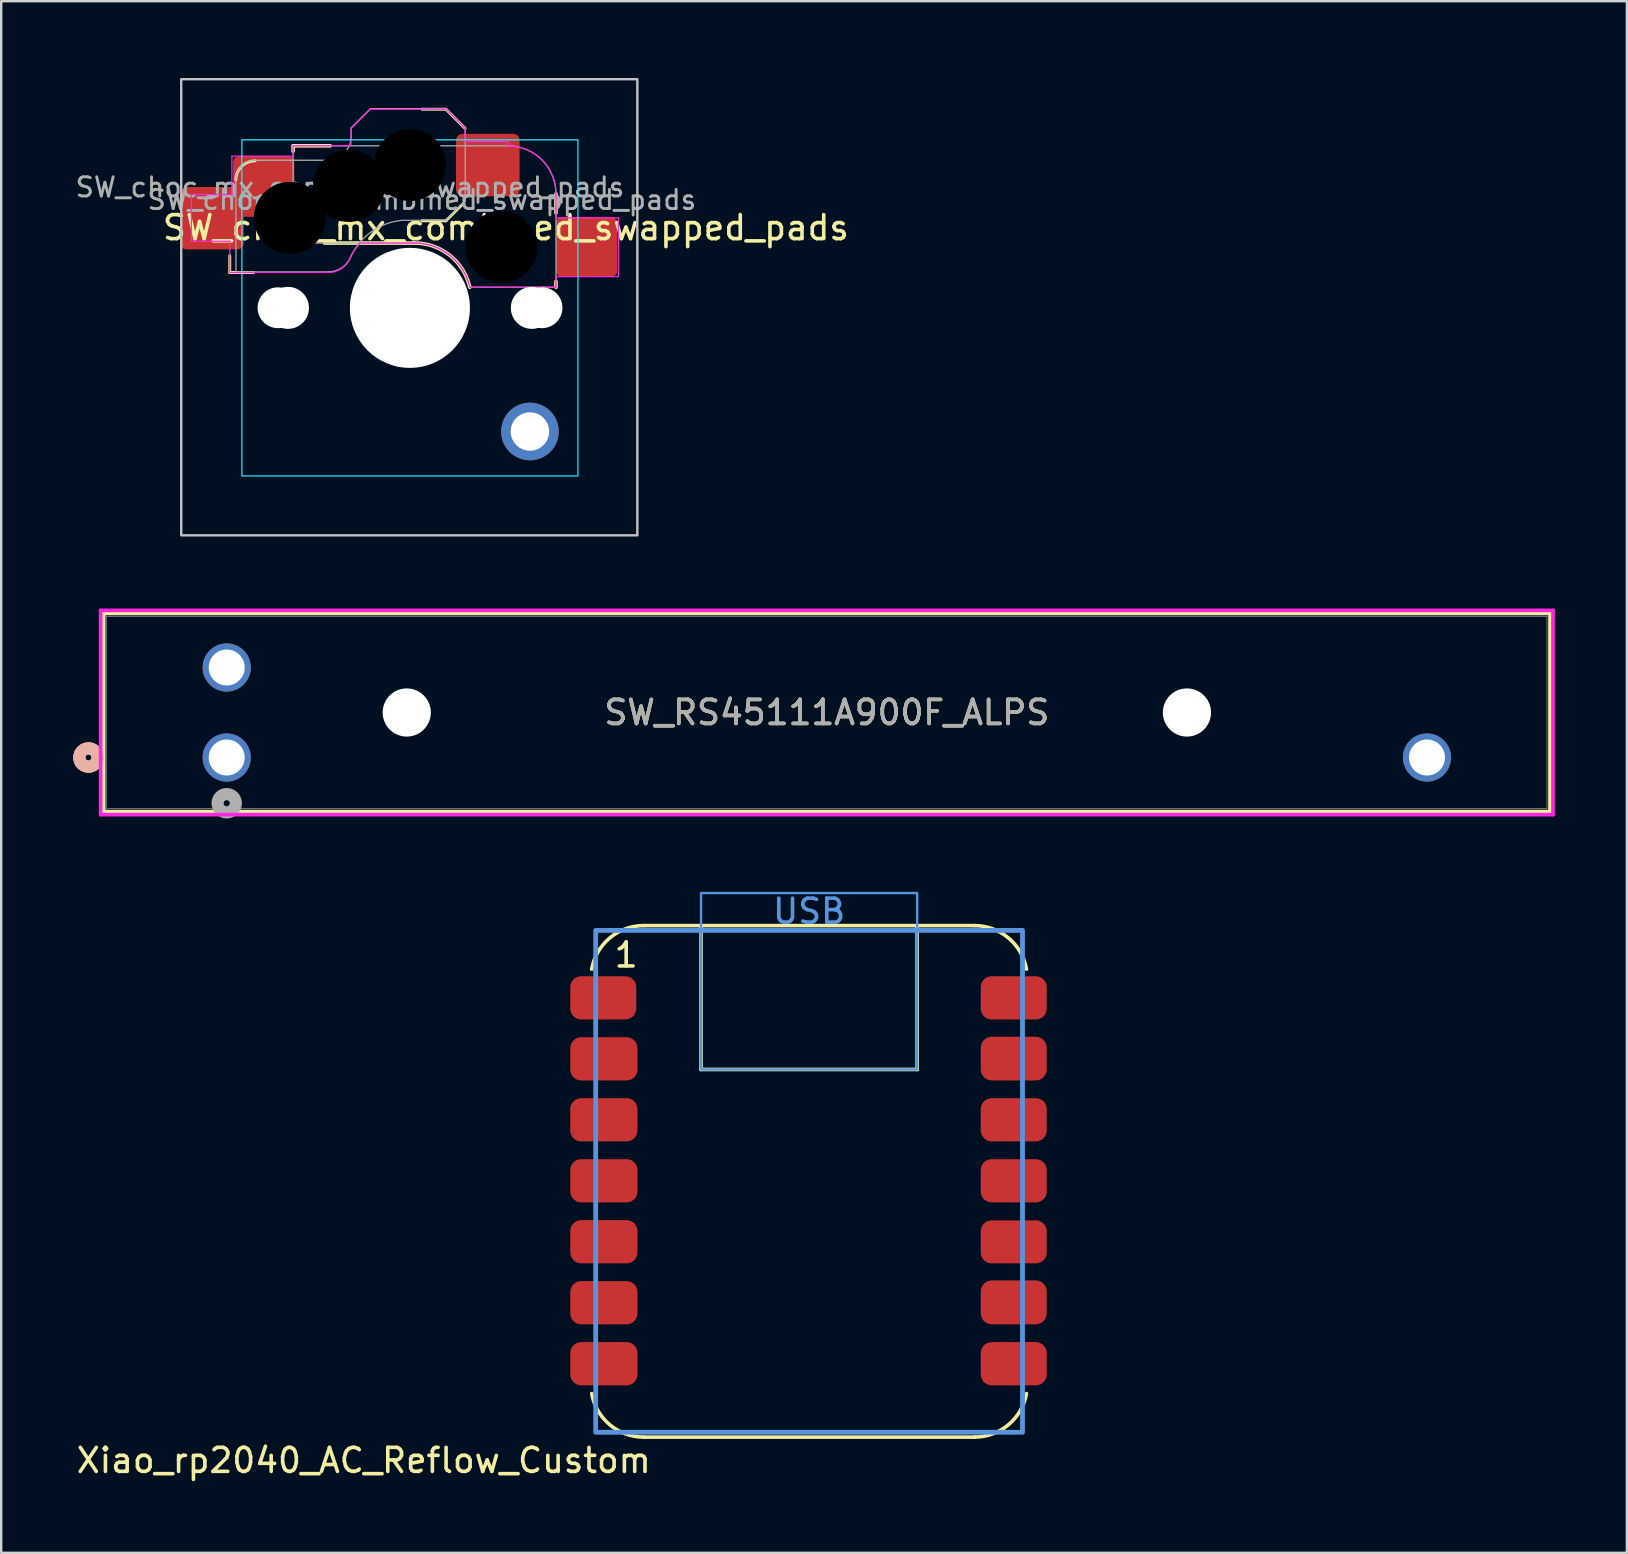
<source format=kicad_pcb>
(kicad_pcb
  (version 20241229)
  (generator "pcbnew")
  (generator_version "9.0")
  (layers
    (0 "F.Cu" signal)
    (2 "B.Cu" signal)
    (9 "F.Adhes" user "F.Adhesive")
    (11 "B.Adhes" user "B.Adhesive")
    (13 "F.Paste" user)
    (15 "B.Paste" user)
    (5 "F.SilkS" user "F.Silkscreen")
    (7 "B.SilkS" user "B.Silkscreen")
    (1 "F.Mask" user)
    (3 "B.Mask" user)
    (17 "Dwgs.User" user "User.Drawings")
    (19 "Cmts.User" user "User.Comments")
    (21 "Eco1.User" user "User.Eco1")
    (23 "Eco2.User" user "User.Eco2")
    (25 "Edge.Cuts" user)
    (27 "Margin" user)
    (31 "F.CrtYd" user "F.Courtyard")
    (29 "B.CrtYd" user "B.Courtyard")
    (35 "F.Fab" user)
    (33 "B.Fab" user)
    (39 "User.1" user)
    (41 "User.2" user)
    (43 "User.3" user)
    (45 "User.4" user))
  (footprint "SW_choc_mx_combined_swapped_pads"
    (layer "F.Cu")
    (at 4.5 0.25)
    (property "Reference" "SW_choc_mx_combined_swapped_pads" (at 13.525 6.185 0) (layer "F.SilkS") (effects (font (size 1 1) (thickness 0.15))))
    (attr smd)
    (fp_line (start 2.021 8.05) (end 2.021 7.35) (stroke (width 0.12) (type solid)) (layer "F.SilkS"))
    (fp_line (start 2.021 8.05) (end 3.021 8.05) (stroke (width 0.12) (type solid)) (layer "F.SilkS"))
    (fp_line (start 4.66 2.775) (end 4.66 3.005) (stroke (width 0.15) (type solid)) (layer "F.SilkS"))
    (fp_line (start 5.97 6.825) (end 9.725 6.825) (stroke (width 0.15) (type solid)) (layer "F.SilkS"))
    (fp_line (start 6.21 2.775) (end 4.66 2.775) (stroke (width 0.15) (type solid)) (layer "F.SilkS"))
    (fp_line (start 11.025 1.25) (end 10.025 1.25) (stroke (width 0.12) (type solid)) (layer "F.SilkS"))
    (fp_line (start 11.025 5.9) (end 10.025 5.9) (stroke (width 0.12) (type solid)) (layer "F.SilkS"))
    (fp_line (start 11.025 5.9) (end 11.743 5.182) (stroke (width 0.12) (type solid)) (layer "F.SilkS"))
    (fp_line (start 11.825 2.05) (end 11.025 1.25) (stroke (width 0.12) (type solid)) (layer "F.SilkS"))
    (fp_line (start 15.61 5.575) (end 15.61 4.775) (stroke (width 0.15) (type solid)) (layer "F.SilkS"))
    (fp_line (start 15.61 8.425) (end 15.61 8.665) (stroke (width 0.15) (type solid)) (layer "F.SilkS"))
    (fp_arc (start 2.275 4.2) (mid 2.509315 3.634315) (end 3.075 3.4) (stroke (width 0.12) (type solid)) (layer "F.SilkS"))
    (fp_arc (start 9.725 6.82478) (mid 11.195694 7.341362) (end 12.019322 8.66478) (stroke (width 0.15) (type solid)) (layer "F.SilkS"))
    (fp_rect (start 0 0) (end 19 19) (stroke (width 0.1) (type default)) (fill no) (layer "Dwgs.User"))
    (fp_line (start 2.525 3.025) (end 2.525 16.025) (stroke (width 0.05) (type solid)) (layer "Eco2.User"))
    (fp_line (start 2.575 15.975) (end 2.575 3.075) (stroke (width 0.05) (type solid)) (layer "Eco2.User"))
    (fp_line (start 3.025 16.525) (end 16.025 16.525) (stroke (width 0.05) (type solid)) (layer "Eco2.User"))
    (fp_line (start 3.075 2.575) (end 15.975 2.575) (stroke (width 0.05) (type solid)) (layer "Eco2.User"))
    (fp_line (start 15.975 16.475) (end 3.075 16.475) (stroke (width 0.05) (type solid)) (layer "Eco2.User"))
    (fp_line (start 16.025 2.525) (end 3.025 2.525) (stroke (width 0.05) (type solid)) (layer "Eco2.User"))
    (fp_line (start 16.475 3.075) (end 16.475 15.975) (stroke (width 0.05) (type solid)) (layer "Eco2.User"))
    (fp_line (start 16.525 16.025) (end 16.525 3.025) (stroke (width 0.05) (type solid)) (layer "Eco2.User"))
    (fp_arc (start 2.525 3.025) (mid 2.671447 2.671447) (end 3.025 2.525) (stroke (width 0.05) (type solid)) (layer "Eco2.User"))
    (fp_arc (start 2.575 3.075) (mid 2.721447 2.721447) (end 3.075 2.575) (stroke (width 0.05) (type solid)) (layer "Eco2.User"))
    (fp_arc (start 2.575 3.075) (mid 2.721447 2.721447) (end 3.075 2.575) (stroke (width 0.05) (type solid)) (layer "Eco2.User"))
    (fp_arc (start 3.027764 16.523884) (mid 2.674212 16.377436) (end 2.527764 16.023884) (stroke (width 0.05) (type solid)) (layer "Eco2.User"))
    (fp_arc (start 3.075 16.475) (mid 2.721447 16.328553) (end 2.575 15.975) (stroke (width 0.05) (type solid)) (layer "Eco2.User"))
    (fp_arc (start 15.975 2.575) (mid 16.328553 2.721447) (end 16.475 3.075) (stroke (width 0.05) (type solid)) (layer "Eco2.User"))
    (fp_arc (start 16.025 2.525) (mid 16.378553 2.671447) (end 16.525 3.025) (stroke (width 0.05) (type solid)) (layer "Eco2.User"))
    (fp_arc (start 16.475 15.975) (mid 16.328553 16.328553) (end 15.975 16.475) (stroke (width 0.05) (type solid)) (layer "Eco2.User"))
    (fp_arc (start 16.525 16.025) (mid 16.378553 16.378553) (end 16.025 16.525) (stroke (width 0.05) (type solid)) (layer "Eco2.User"))
    (fp_rect (start 16.525 16.525) (end 2.525 2.525) (stroke (width 0.05) (type default)) (fill no) (layer "B.CrtYd"))
    (fp_line (start 0.421 4.8) (end 0.421 6.75) (stroke (width 0.05) (type solid)) (layer "F.CrtYd"))
    (fp_line (start 0.421 6.75) (end 2.021 6.75) (stroke (width 0.05) (type solid)) (layer "F.CrtYd"))
    (fp_line (start 2.021 7.35) (end 2.021 6.75) (stroke (width 0.05) (type solid)) (layer "F.CrtYd"))
    (fp_line (start 2.021 8.05) (end 2.021 7.35) (stroke (width 0.05) (type solid)) (layer "F.CrtYd"))
    (fp_line (start 2.021 8.05) (end 6.125 8.05) (stroke (width 0.05) (type solid)) (layer "F.CrtYd"))
    (fp_line (start 2.11 4.8) (end 0.421 4.8) (stroke (width 0.05) (type solid)) (layer "F.CrtYd"))
    (fp_line (start 2.11 3.205) (end 4.66 3.205) (stroke (width 0.05) (type solid)) (layer "F.CrtYd"))
    (fp_line (start 2.11 4.8) (end 2.11 3.205) (stroke (width 0.05) (type solid)) (layer "F.CrtYd"))
    (fp_line (start 4.66 2.775) (end 4.66 3.205) (stroke (width 0.05) (type solid)) (layer "F.CrtYd"))
    (fp_line (start 7.07 2.77) (end 4.66 2.77) (stroke (width 0.05) (type solid)) (layer "F.CrtYd"))
    (fp_line (start 7.075 2.05) (end 7.07 2.77) (stroke (width 0.05) (type solid)) (layer "F.CrtYd"))
    (fp_line (start 7.075 2.05) (end 7.875 1.25) (stroke (width 0.05) (type solid)) (layer "F.CrtYd"))
    (fp_line (start 7.44 6.825) (end 9.725 6.825) (stroke (width 0.05) (type solid)) (layer "F.CrtYd"))
    (fp_line (start 11.025 1.25) (end 7.875 1.25) (stroke (width 0.05) (type solid)) (layer "F.CrtYd"))
    (fp_line (start 11.825 2.05) (end 11.025 1.25) (stroke (width 0.05) (type solid)) (layer "F.CrtYd"))
    (fp_line (start 11.825 2.05) (end 11.825 2.6) (stroke (width 0.05) (type solid)) (layer "F.CrtYd"))
    (fp_line (start 13.61 2.6) (end 11.825 2.6) (stroke (width 0.05) (type solid)) (layer "F.CrtYd"))
    (fp_line (start 13.61 2.775) (end 13.61 2.6) (stroke (width 0.05) (type solid)) (layer "F.CrtYd"))
    (fp_line (start 15.61 5.775) (end 15.61 4.775) (stroke (width 0.05) (type solid)) (layer "F.CrtYd"))
    (fp_line (start 15.61 5.775) (end 18.21 5.775) (stroke (width 0.05) (type solid)) (layer "F.CrtYd"))
    (fp_line (start 15.61 8.225) (end 15.61 8.665) (stroke (width 0.05) (type solid)) (layer "F.CrtYd"))
    (fp_line (start 15.61 8.665) (end 12.019 8.665) (stroke (width 0.05) (type solid)) (layer "F.CrtYd"))
    (fp_line (start 18.21 5.775) (end 18.21 8.225) (stroke (width 0.05) (type solid)) (layer "F.CrtYd"))
    (fp_line (start 18.21 8.225) (end 15.61 8.225) (stroke (width 0.05) (type solid)) (layer "F.CrtYd"))
    (fp_arc (start 7.064693 7.39202) (mid 6.698577 7.869152) (end 6.125 8.05) (stroke (width 0.05) (type solid)) (layer "F.CrtYd"))
    (fp_arc (start 7.064693 7.39202) (mid 7.232493 7.095264) (end 7.44 6.82478) (stroke (width 0.05) (type solid)) (layer "F.CrtYd"))
    (fp_arc (start 9.725 6.82478) (mid 11.195504 7.341599) (end 12.019322 8.66478) (stroke (width 0.05) (type solid)) (layer "F.CrtYd"))
    (fp_arc (start 13.610176 2.77478) (mid 15.024404 3.360552) (end 15.610176 4.77478) (stroke (width 0.05) (type solid)) (layer "F.CrtYd"))
    (fp_line (start 2.279 4.175) (end 2.279 8.025) (stroke (width 0.05) (type solid)) (layer "F.Fab"))
    (fp_line (start 2.279 8.025) (end 6.129 8.025) (stroke (width 0.05) (type solid)) (layer "F.Fab"))
    (fp_line (start 4.66 2.775) (end 4.66 6.825) (stroke (width 0.05) (type solid)) (layer "F.Fab"))
    (fp_line (start 4.66 6.825) (end 9.725 6.825) (stroke (width 0.05) (type solid)) (layer "F.Fab"))
    (fp_line (start 6.079 3.375) (end 3.079 3.375) (stroke (width 0.05) (type solid)) (layer "F.Fab"))
    (fp_line (start 7.079 2.025) (end 7.079 2.375) (stroke (width 0.05) (type solid)) (layer "F.Fab"))
    (fp_line (start 7.079 2.025) (end 7.879 1.225) (stroke (width 0.05) (type solid)) (layer "F.Fab"))
    (fp_line (start 11.029 1.225) (end 7.879 1.225) (stroke (width 0.05) (type solid)) (layer "F.Fab"))
    (fp_line (start 11.029 5.875) (end 9.229 5.875) (stroke (width 0.05) (type solid)) (layer "F.Fab"))
    (fp_line (start 11.029 5.875) (end 11.829 5.075) (stroke (width 0.05) (type solid)) (layer "F.Fab"))
    (fp_line (start 11.829 2.025) (end 11.029 1.225) (stroke (width 0.05) (type solid)) (layer "F.Fab"))
    (fp_line (start 11.829 2.025) (end 11.829 5.075) (stroke (width 0.05) (type solid)) (layer "F.Fab"))
    (fp_line (start 13.61 2.775) (end 4.66 2.775) (stroke (width 0.05) (type solid)) (layer "F.Fab"))
    (fp_line (start 15.61 8.665) (end 12.019 8.665) (stroke (width 0.05) (type solid)) (layer "F.Fab"))
    (fp_line (start 15.61 8.665) (end 15.61 4.775) (stroke (width 0.05) (type solid)) (layer "F.Fab"))
    (fp_arc (start 2.279 4.175) (mid 2.513315 3.609315) (end 3.079 3.375) (stroke (width 0.05) (type solid)) (layer "F.Fab"))
    (fp_arc (start 7.068693 7.36702) (mid 6.702577 7.844152) (end 6.129 8.025) (stroke (width 0.05) (type solid)) (layer "F.Fab"))
    (fp_arc (start 7.073556 7.36707) (mid 7.951729 6.332766) (end 9.229001 5.875001) (stroke (width 0.05) (type solid)) (layer "F.Fab"))
    (fp_arc (start 7.079 2.375) (mid 6.786107 3.082107) (end 6.079 3.375) (stroke (width 0.05) (type solid)) (layer "F.Fab"))
    (fp_arc (start 9.725 6.82478) (mid 11.195504 7.341599) (end 12.019322 8.66478) (stroke (width 0.05) (type solid)) (layer "F.Fab"))
    (fp_arc (start 13.610176 2.77478) (mid 15.024404 3.360552) (end 15.610176 4.77478) (stroke (width 0.05) (type solid)) (layer "F.Fab"))
    (fp_text user "${REFERENCE}" (at 10.025 5.025 0) (layer "F.Fab") (effects (font (size 0.8 0.8) (thickness 0.12))))
    (fp_text user "${REFERENCE}" (at 7.029 4.5 0) (layer "F.Fab") (effects (font (size 0.8 0.8) (thickness 0.12))))
    (pad "" np_thru_hole circle (at 4.03 9.52 180) (size 1.7 1.7) (drill 1.7) (layers "*.Cu" "*.Mask"))
    (pad "" np_thru_hole circle (at 4.445 9.525) (size 1.75 1.75) (drill 1.75) (layers "*.Cu" "*.Mask"))
    (pad "" np_thru_hole circle (at 4.525 5.775) (size 3.3 3.3) (drill 3) (layers "*.Mask"))
    (pad "" np_thru_hole circle (at 6.985 4.445) (size 3.3 3.3) (drill 3) (layers "*.Mask"))
    (pad "" np_thru_hole circle (at 9.525 3.575) (size 3.3 3.3) (drill 3) (layers "*.Mask"))
    (pad "" np_thru_hole circle (at 9.525 9.525 180) (size 5 5) (drill 5) (layers "*.Cu" "*.Mask"))
    (pad "" np_thru_hole circle (at 13.335 6.985) (size 3.3 3.3) (drill 3) (layers "*.Mask"))
    (pad "" np_thru_hole circle (at 14.605 9.525) (size 1.75 1.75) (drill 1.75) (layers "*.Cu" "*.Mask"))
    (pad "" np_thru_hole circle (at 15.03 9.52 180) (size 1.7 1.7) (drill 1.7) (layers "*.Cu" "*.Mask"))
    (pad "1" smd roundrect (at 12.77 3.575) (size 2.65 2.6) (layers "F.Cu" "F.Mask" "F.Paste") (roundrect_rratio 0.1))
    (pad "1" smd roundrect (at 16.885 6.985) (size 2.55 2.5) (layers "F.Cu" "F.Mask" "F.Paste") (roundrect_rratio 0.1))
    (pad "2" smd roundrect (at 1.28 5.79 180) (size 2.65 2.6) (layers "F.Cu" "F.Mask" "F.Paste") (roundrect_rratio 0.1))
    (pad "2" smd roundrect (at 3.435 4.463) (size 2.55 2.535) (layers "F.Cu" "F.Mask" "F.Paste") (roundrect_rratio 0.1))
    (pad "2" thru_hole circle (at 14.525 14.675 180) (size 2.4 2.4) (drill 1.6) (layers "*.Cu" "F.Mask")))
  (footprint "SW_RS45111A900F_ALPS"
    (layer "F.Cu")
    (at 6.394 28.506)
    (property "Reference" "SW_RS45111A900F_ALPS" (at 25 -1.875 0) (unlocked yes) (layer "F.SilkS") (effects (font (size 1 1) (thickness 0.15))))
    (attr through_hole)
    (fp_line (start -5.124 -6.003) (end -5.124 2.252) (stroke (width 0.152) (type solid)) (layer "F.SilkS"))
    (fp_line (start -5.124 2.252) (end 55.124 2.252) (stroke (width 0.152) (type solid)) (layer "F.SilkS"))
    (fp_line (start 55.124 -6.003) (end -5.124 -6.003) (stroke (width 0.152) (type solid)) (layer "F.SilkS"))
    (fp_line (start 55.124 2.252) (end 55.124 -6.003) (stroke (width 0.152) (type solid)) (layer "F.SilkS"))
    (fp_circle (center -5.759 0) (end -5.378 0) (stroke (width 0.508) (type solid)) (fill no) (layer "F.SilkS"))
    (fp_circle (center -5.759 0) (end -5.378 0) (stroke (width 0.508) (type solid)) (fill no) (layer "B.SilkS"))
    (fp_line (start -5.251 -6.13) (end -5.251 2.38) (stroke (width 0.152) (type solid)) (layer "F.CrtYd"))
    (fp_line (start -5.251 2.38) (end 55.251 2.38) (stroke (width 0.152) (type solid)) (layer "F.CrtYd"))
    (fp_line (start 55.251 -6.13) (end -5.251 -6.13) (stroke (width 0.152) (type solid)) (layer "F.CrtYd"))
    (fp_line (start 55.251 2.38) (end 55.251 -6.13) (stroke (width 0.152) (type solid)) (layer "F.CrtYd"))
    (fp_line (start -4.997 -5.875) (end -4.997 2.126) (stroke (width 0.025) (type solid)) (layer "F.Fab"))
    (fp_line (start -4.997 2.126) (end 54.997 2.126) (stroke (width 0.025) (type solid)) (layer "F.Fab"))
    (fp_line (start 54.997 -5.875) (end -4.997 -5.875) (stroke (width 0.025) (type solid)) (layer "F.Fab"))
    (fp_line (start 54.997 2.126) (end 54.997 -5.875) (stroke (width 0.025) (type solid)) (layer "F.Fab"))
    (fp_circle (center 0 1.905) (end 0.381 1.905) (stroke (width 0.508) (type solid)) (fill no) (layer "F.Fab"))
    (fp_text user "${REFERENCE}" (at 25 -1.875 0) (unlocked yes) (layer "F.Fab") (effects (font (size 1 1) (thickness 0.15))))
    (pad "" np_thru_hole circle (at 7.5 -1.875) (size 2.007 2.007) (drill 2.007) (layers "*.Cu" "*.Mask"))
    (pad "" np_thru_hole circle (at 40 -1.875) (size 2.007 2.007) (drill 2.007) (layers "*.Cu" "*.Mask"))
    (pad "1" thru_hole circle (at 0 0) (size 2.007 2.007) (drill 1.499) (layers "*.Cu" "*.Mask"))
    (pad "2" thru_hole circle (at 0 -3.75) (size 2.007 2.007) (drill 1.499) (layers "*.Cu" "*.Mask"))
    (pad "3" thru_hole circle (at 50 0) (size 2.007 2.007) (drill 1.499) (layers "*.Cu" "*.Mask")))
  (footprint "Xiao_rp2040_AC_Reflow_Custom"
    (layer "F.Cu")
    (at 30.655 46.138)
    (property "Reference" "Xiao_rp2040_AC_Reflow_Custom" (at -6.5 11.65 0) (layer "F.SilkS") (effects (font (size 1 1) (thickness 0.15)) (justify right)))
    (attr smd exclude_from_pos_files exclude_from_bom)
    (fp_line (start -6.89 -10.63) (end 6.89 -10.63) (stroke (width 0.15) (type default)) (layer "F.SilkS"))
    (fp_line (start -4.501 -4.636) (end -4.501 -10.63) (stroke (width 0.15) (type default)) (layer "F.SilkS"))
    (fp_line (start 4.501 -4.636) (end -4.501 -4.636) (stroke (width 0.15) (type default)) (layer "F.SilkS"))
    (fp_line (start 4.501 -4.636) (end 4.501 -10.63) (stroke (width 0.15) (type default)) (layer "F.SilkS"))
    (fp_line (start 6.89 10.678) (end -6.89 10.678) (stroke (width 0.15) (type default)) (layer "F.SilkS"))
    (fp_arc (start -9.055742 -8.816738) (mid -8.302299 -10.116834) (end -6.890001 -10.63) (stroke (width 0.15) (type default)) (layer "F.SilkS"))
    (fp_arc (start -6.89 10.6775) (mid -8.302299 10.164335) (end -9.055742 8.864239) (stroke (width 0.15) (type default)) (layer "F.SilkS"))
    (fp_arc (start 6.889999 -10.63) (mid 8.302298 -10.116835) (end 9.05574 -8.816738) (stroke (width 0.15) (type default)) (layer "F.SilkS"))
    (fp_arc (start 9.05574 8.864238) (mid 8.302298 10.164335) (end 6.889999 10.6775) (stroke (width 0.15) (type default)) (layer "F.SilkS"))
    (fp_rect (start -8.89 -10.43) (end 8.89 10.477) (stroke (width 0.2) (type solid)) (fill no) (layer "Cmts.User"))
    (fp_rect (start -4.501 -11.986) (end 4.501 -4.636) (stroke (width 0.1) (type default)) (fill no) (layer "Cmts.User"))
    (fp_text user "1" (at -7.62 -8.82 0) (layer "F.SilkS") (effects (font (size 1 1) (thickness 0.15)) (justify bottom)))
    (fp_text user "USB" (at -0.000001 -10.643 0) (layer "Cmts.User") (effects (font (size 1 1) (thickness 0.15)) (justify bottom)))
    (pad "1" smd roundrect (at -8.575 -7.62) (size 2.75 1.8) (layers "F.Cu" "F.Mask" "F.Paste") (roundrect_rratio 0.25))
    (pad "2" smd roundrect (at -8.55 -5.08) (size 2.8 1.8) (layers "F.Cu" "F.Mask" "F.Paste") (roundrect_rratio 0.25))
    (pad "3" smd roundrect (at -8.55 -2.54) (size 2.8 1.8) (layers "F.Cu" "F.Mask" "F.Paste") (roundrect_rratio 0.25))
    (pad "4" smd roundrect (at -8.55 0) (size 2.8 1.8) (layers "F.Cu" "F.Mask" "F.Paste") (roundrect_rratio 0.25))
    (pad "5" smd roundrect (at -8.55 2.54) (size 2.8 1.8) (layers "F.Cu" "F.Mask" "F.Paste") (roundrect_rratio 0.25))
    (pad "6" smd roundrect (at -8.55 5.08) (size 2.8 1.8) (layers "F.Cu" "F.Mask" "F.Paste") (roundrect_rratio 0.25))
    (pad "7" smd roundrect (at -8.55 7.62) (size 2.8 1.8) (layers "F.Cu" "F.Mask" "F.Paste") (roundrect_rratio 0.25))
    (pad "8" smd roundrect (at 8.525 -7.62 180) (size 2.75 1.8) (layers "F.Cu" "F.Mask" "F.Paste") (roundrect_rratio 0.25))
    (pad "9" smd roundrect (at 8.525 -5.09 180) (size 2.75 1.82) (layers "F.Cu" "F.Mask" "F.Paste") (roundrect_rratio 0.25))
    (pad "10" smd roundrect (at 8.525 -2.54 180) (size 2.75 1.8) (layers "F.Cu" "F.Mask" "F.Paste") (roundrect_rratio 0.25))
    (pad "11" smd roundrect (at 8.525 0 180) (size 2.75 1.8) (layers "F.Cu" "F.Mask" "F.Paste") (roundrect_rratio 0.25))
    (pad "12" smd roundrect (at 8.525 2.545 180) (size 2.75 1.79) (layers "F.Cu" "F.Mask" "F.Paste") (roundrect_rratio 0.25))
    (pad "13" smd roundrect (at 8.525 5.065) (size 2.75 1.83) (layers "F.Cu" "F.Mask" "F.Paste") (roundrect_rratio 0.25))
    (pad "14" smd roundrect (at 8.525 7.62) (size 2.75 1.8) (layers "F.Cu" "F.Mask" "F.Paste") (roundrect_rratio 0.25)))
  (gr_rect
    (start -3 -3)
    (end 64.722 61.636)
    (stroke (width 0.1) (type default))
    (fill no)
    (layer "Edge.Cuts")))
</source>
